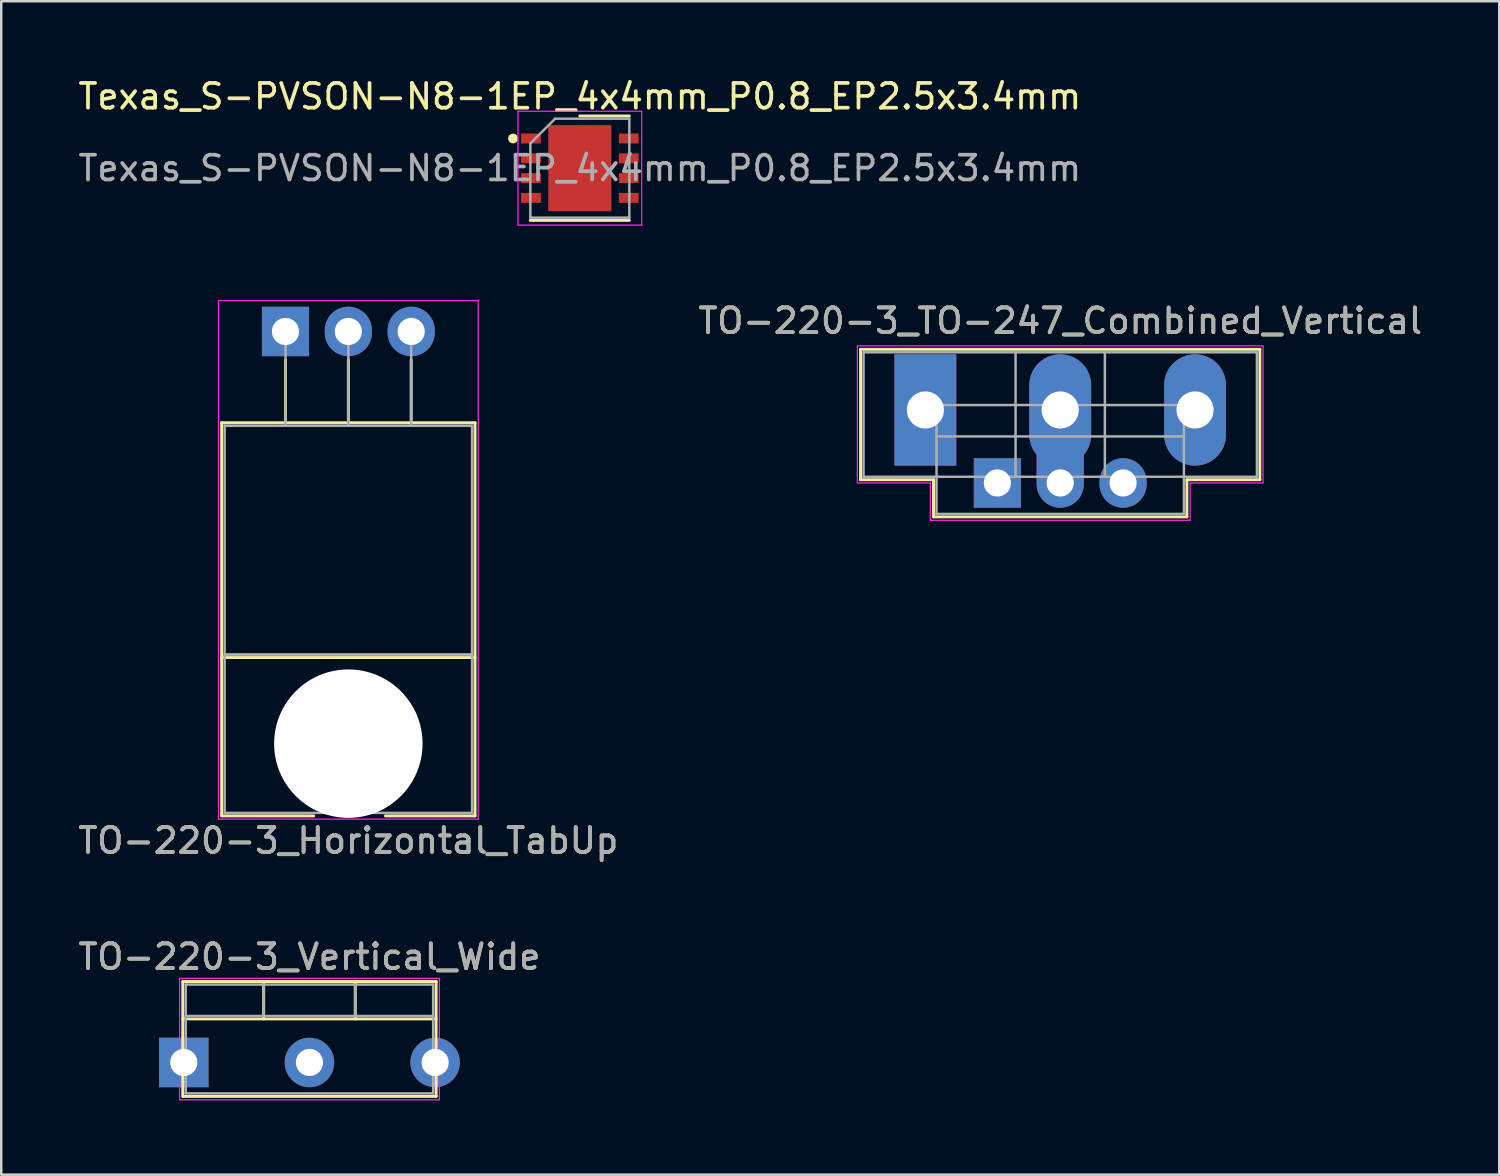
<source format=kicad_pcb>
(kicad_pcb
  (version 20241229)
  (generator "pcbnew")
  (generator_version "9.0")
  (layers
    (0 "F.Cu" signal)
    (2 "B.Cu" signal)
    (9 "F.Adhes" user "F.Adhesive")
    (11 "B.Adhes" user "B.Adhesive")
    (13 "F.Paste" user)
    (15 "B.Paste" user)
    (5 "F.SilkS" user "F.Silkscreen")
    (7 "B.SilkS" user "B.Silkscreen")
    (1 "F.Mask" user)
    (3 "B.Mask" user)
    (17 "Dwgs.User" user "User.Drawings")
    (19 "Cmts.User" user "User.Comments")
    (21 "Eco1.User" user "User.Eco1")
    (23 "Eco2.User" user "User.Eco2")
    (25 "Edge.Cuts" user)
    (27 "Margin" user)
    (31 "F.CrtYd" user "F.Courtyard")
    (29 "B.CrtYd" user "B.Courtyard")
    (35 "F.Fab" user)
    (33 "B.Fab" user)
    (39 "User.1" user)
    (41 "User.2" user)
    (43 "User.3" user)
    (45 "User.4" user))
  (footprint "TO-220-3_Horizontal_TabUp"
    (layer "F.Cu")
    (at 11.03 10.348)
    (property "Reference" "TO-220-3_Horizontal_TabUp" (at 0 20.58 0) (layer "F.SilkS") (effects (font (size 1 1) (thickness 0.15))))
    (attr through_hole)
    (fp_line (start -5.12 3.69) (end -5.12 13.18) (stroke (width 0.12) (type solid)) (layer "F.SilkS"))
    (fp_line (start -5.12 3.69) (end 5.12 3.69) (stroke (width 0.12) (type solid)) (layer "F.SilkS"))
    (fp_line (start -5.12 13.18) (end -5.12 19.58) (stroke (width 0.12) (type solid)) (layer "F.SilkS"))
    (fp_line (start -5.12 13.18) (end 5.12 13.18) (stroke (width 0.12) (type solid)) (layer "F.SilkS"))
    (fp_line (start -5.12 19.58) (end -1.4 19.58) (stroke (width 0.12) (type solid)) (layer "F.SilkS"))
    (fp_line (start -2.54 1.15) (end -2.54 3.69) (stroke (width 0.12) (type solid)) (layer "F.SilkS"))
    (fp_line (start 0 1.15) (end 0 3.69) (stroke (width 0.12) (type solid)) (layer "F.SilkS"))
    (fp_line (start 1.5 19.58) (end 5.12 19.58) (stroke (width 0.12) (type solid)) (layer "F.SilkS"))
    (fp_line (start 2.54 1.15) (end 2.54 3.69) (stroke (width 0.12) (type solid)) (layer "F.SilkS"))
    (fp_line (start 5.12 3.69) (end 5.12 13.18) (stroke (width 0.12) (type solid)) (layer "F.SilkS"))
    (fp_line (start 5.12 13.18) (end 5.12 19.58) (stroke (width 0.12) (type solid)) (layer "F.SilkS"))
    (fp_line (start -5.25 -1.25) (end -5.25 19.71) (stroke (width 0.05) (type solid)) (layer "F.CrtYd"))
    (fp_line (start -5.25 19.71) (end 5.25 19.71) (stroke (width 0.05) (type solid)) (layer "F.CrtYd"))
    (fp_line (start 5.25 -1.25) (end -5.25 -1.25) (stroke (width 0.05) (type solid)) (layer "F.CrtYd"))
    (fp_line (start 5.25 19.71) (end 5.25 -1.25) (stroke (width 0.05) (type solid)) (layer "F.CrtYd"))
    (fp_line (start -5 3.81) (end -5 13.06) (stroke (width 0.1) (type solid)) (layer "F.Fab"))
    (fp_line (start -5 13.06) (end -5 19.46) (stroke (width 0.1) (type solid)) (layer "F.Fab"))
    (fp_line (start -5 13.06) (end 5 13.06) (stroke (width 0.1) (type solid)) (layer "F.Fab"))
    (fp_line (start -5 19.46) (end 5 19.46) (stroke (width 0.1) (type solid)) (layer "F.Fab"))
    (fp_line (start -2.54 3.81) (end -2.54 0) (stroke (width 0.1) (type solid)) (layer "F.Fab"))
    (fp_line (start 0 3.81) (end 0 0) (stroke (width 0.1) (type solid)) (layer "F.Fab"))
    (fp_line (start 2.54 3.81) (end 2.54 0) (stroke (width 0.1) (type solid)) (layer "F.Fab"))
    (fp_line (start 5 3.81) (end -5 3.81) (stroke (width 0.1) (type solid)) (layer "F.Fab"))
    (fp_line (start 5 13.06) (end -5 13.06) (stroke (width 0.1) (type solid)) (layer "F.Fab"))
    (fp_line (start 5 13.06) (end 5 3.81) (stroke (width 0.1) (type solid)) (layer "F.Fab"))
    (fp_line (start 5 19.46) (end 5 13.06) (stroke (width 0.1) (type solid)) (layer "F.Fab"))
    (fp_circle (center 0 16.66) (end 2.5 16.66) (stroke (width 0.1) (type solid)) (fill no) (layer "F.Fab"))
    (fp_text user "${REFERENCE}" (at 0 20.58 0) (layer "F.Fab") (effects (font (size 1 1) (thickness 0.15))))
    (pad "" np_thru_hole circle (at 0 16.66) (size 6 6) (drill 6) (layers "*.Cu" "*.Mask"))
    (pad "1" thru_hole rect (at -2.54 0) (size 1.905 2) (drill 1.1) (layers "*.Cu" "*.Mask"))
    (pad "2" thru_hole oval (at 0 0) (size 1.905 2) (drill 1.1) (layers "*.Cu" "*.Mask"))
    (pad "3" thru_hole oval (at 2.54 0) (size 1.905 2) (drill 1.1) (layers "*.Cu" "*.Mask")))
  (footprint "TO-220-3_TO-247_Combined_Vertical"
    (layer "F.Cu")
    (at 39.804 13.521)
    (property "Reference" "TO-220-3_TO-247_Combined_Vertical" (at 0 -3.6 0) (layer "F.SilkS") (effects (font (size 1 1) (thickness 0.15))))
    (attr through_hole)
    (fp_line (start -8.07 -2.451) (end -8.07 2.82) (stroke (width 0.12) (type solid)) (layer "F.SilkS"))
    (fp_line (start -8.07 -2.451) (end 8.07 -2.451) (stroke (width 0.12) (type solid)) (layer "F.SilkS"))
    (fp_line (start -8.07 2.82) (end -5.12 2.82) (stroke (width 0.12) (type solid)) (layer "F.SilkS"))
    (fp_line (start -5.12 2.82) (end -5.12 4.321) (stroke (width 0.12) (type solid)) (layer "F.SilkS"))
    (fp_line (start -5.12 4.321) (end 5.12 4.321) (stroke (width 0.12) (type solid)) (layer "F.SilkS"))
    (fp_line (start 5.12 2.82) (end 5.12 4.321) (stroke (width 0.12) (type solid)) (layer "F.SilkS"))
    (fp_line (start 5.12 2.82) (end 8.07 2.82) (stroke (width 0.12) (type solid)) (layer "F.SilkS"))
    (fp_line (start 8.07 -2.451) (end 8.07 2.82) (stroke (width 0.12) (type solid)) (layer "F.SilkS"))
    (fp_line (start -8.2 -2.59) (end -8.2 2.95) (stroke (width 0.05) (type solid)) (layer "F.CrtYd"))
    (fp_line (start -8.2 2.95) (end -5.25 2.95) (stroke (width 0.05) (type solid)) (layer "F.CrtYd"))
    (fp_line (start -5.25 2.95) (end -5.25 4.46) (stroke (width 0.05) (type solid)) (layer "F.CrtYd"))
    (fp_line (start -5.25 4.46) (end 5.25 4.46) (stroke (width 0.05) (type solid)) (layer "F.CrtYd"))
    (fp_line (start 5.25 2.95) (end 8.2 2.95) (stroke (width 0.05) (type solid)) (layer "F.CrtYd"))
    (fp_line (start 5.25 4.46) (end 5.25 2.95) (stroke (width 0.05) (type solid)) (layer "F.CrtYd"))
    (fp_line (start 8.2 -2.59) (end -8.2 -2.59) (stroke (width 0.05) (type solid)) (layer "F.CrtYd"))
    (fp_line (start 8.2 2.95) (end 8.2 -2.59) (stroke (width 0.05) (type solid)) (layer "F.CrtYd"))
    (fp_line (start -7.95 -2.33) (end -7.95 2.7) (stroke (width 0.1) (type solid)) (layer "F.Fab"))
    (fp_line (start -7.95 2.7) (end 7.95 2.7) (stroke (width 0.1) (type solid)) (layer "F.Fab"))
    (fp_line (start -5 -0.2) (end -5 4.2) (stroke (width 0.1) (type solid)) (layer "F.Fab"))
    (fp_line (start -5 1.07) (end 5 1.07) (stroke (width 0.1) (type solid)) (layer "F.Fab"))
    (fp_line (start -5 4.2) (end 5 4.2) (stroke (width 0.1) (type solid)) (layer "F.Fab"))
    (fp_line (start -1.805 -2.33) (end -1.805 2.7) (stroke (width 0.1) (type solid)) (layer "F.Fab"))
    (fp_line (start 1.805 -2.33) (end 1.805 2.7) (stroke (width 0.1) (type solid)) (layer "F.Fab"))
    (fp_line (start 5 -0.2) (end -5 -0.2) (stroke (width 0.1) (type solid)) (layer "F.Fab"))
    (fp_line (start 5 4.2) (end 5 -0.2) (stroke (width 0.1) (type solid)) (layer "F.Fab"))
    (fp_line (start 7.95 -2.33) (end -7.95 -2.33) (stroke (width 0.1) (type solid)) (layer "F.Fab"))
    (fp_line (start 7.95 2.7) (end 7.95 -2.33) (stroke (width 0.1) (type solid)) (layer "F.Fab"))
    (fp_text user "${REFERENCE}" (at 0 -3.6 0) (layer "F.Fab") (effects (font (size 1 1) (thickness 0.15))))
    (pad "1" thru_hole rect (at -5.45 0) (size 2.5 4.5) (drill 1.5) (layers "*.Cu" "*.Mask"))
    (pad "1" thru_hole rect (at -2.54 2.95) (size 1.905 2) (drill 1.1) (layers "*.Cu" "*.Mask"))
    (pad "2" thru_hole oval (at 0 0) (size 2.5 4.5) (drill 1.5) (layers "*.Cu" "*.Mask"))
    (pad "2" thru_hole oval (at 0 2.95) (size 1.905 3.15) (drill 1.1 (offset 0 -0.575)) (layers "*.Cu" "*.Mask"))
    (pad "3" thru_hole oval (at 2.54 2.95) (size 1.905 2) (drill 1.1) (layers "*.Cu" "*.Mask"))
    (pad "3" thru_hole oval (at 5.45 0) (size 2.5 4.5) (drill 1.5) (layers "*.Cu" "*.Mask")))
  (footprint "TO-220-3_Vertical_Wide"
    (layer "F.Cu")
    (at 4.378 39.895)
    (property "Reference" "TO-220-3_Vertical_Wide" (at 5.08 -4.27 0) (layer "F.SilkS") (effects (font (size 1 1) (thickness 0.15))))
    (attr through_hole)
    (fp_line (start -0.04 -3.27) (end -0.04 1.371) (stroke (width 0.12) (type solid)) (layer "F.SilkS"))
    (fp_line (start -0.04 -3.27) (end 10.2 -3.27) (stroke (width 0.12) (type solid)) (layer "F.SilkS"))
    (fp_line (start -0.04 -1.76) (end 10.2 -1.76) (stroke (width 0.12) (type solid)) (layer "F.SilkS"))
    (fp_line (start -0.04 1.371) (end 10.2 1.371) (stroke (width 0.12) (type solid)) (layer "F.SilkS"))
    (fp_line (start 3.23 -3.27) (end 3.23 -1.76) (stroke (width 0.12) (type solid)) (layer "F.SilkS"))
    (fp_line (start 6.931 -3.27) (end 6.931 -1.76) (stroke (width 0.12) (type solid)) (layer "F.SilkS"))
    (fp_line (start 10.2 -3.27) (end 10.2 1.371) (stroke (width 0.12) (type solid)) (layer "F.SilkS"))
    (fp_line (start -0.17 -3.4) (end -0.17 1.51) (stroke (width 0.05) (type solid)) (layer "F.CrtYd"))
    (fp_line (start -0.17 1.51) (end 10.33 1.51) (stroke (width 0.05) (type solid)) (layer "F.CrtYd"))
    (fp_line (start 10.33 -3.4) (end -0.17 -3.4) (stroke (width 0.05) (type solid)) (layer "F.CrtYd"))
    (fp_line (start 10.33 1.51) (end 10.33 -3.4) (stroke (width 0.05) (type solid)) (layer "F.CrtYd"))
    (fp_line (start 0.08 -3.15) (end 0.08 1.25) (stroke (width 0.1) (type solid)) (layer "F.Fab"))
    (fp_line (start 0.08 -1.88) (end 10.08 -1.88) (stroke (width 0.1) (type solid)) (layer "F.Fab"))
    (fp_line (start 0.08 1.25) (end 10.08 1.25) (stroke (width 0.1) (type solid)) (layer "F.Fab"))
    (fp_line (start 3.23 -3.15) (end 3.23 -1.88) (stroke (width 0.1) (type solid)) (layer "F.Fab"))
    (fp_line (start 6.93 -3.15) (end 6.93 -1.88) (stroke (width 0.1) (type solid)) (layer "F.Fab"))
    (fp_line (start 10.08 -3.15) (end 0.08 -3.15) (stroke (width 0.1) (type solid)) (layer "F.Fab"))
    (fp_line (start 10.08 1.25) (end 10.08 -3.15) (stroke (width 0.1) (type solid)) (layer "F.Fab"))
    (fp_text user "${REFERENCE}" (at 5.08 -4.27 0) (layer "F.Fab") (effects (font (size 1 1) (thickness 0.15))))
    (pad "1" thru_hole rect (at 0 0) (size 2 2) (drill 1.1) (layers "*.Cu" "*.Mask"))
    (pad "2" thru_hole oval (at 5.08 0) (size 2 2) (drill 1.1) (layers "*.Cu" "*.Mask"))
    (pad "3" thru_hole oval (at 10.16 0) (size 2 2) (drill 1.1) (layers "*.Cu" "*.Mask")))
  (footprint "Texas_S-PVSON-N8-1EP_4x4mm_P0.8_EP2.5x3.4mm"
    (layer "F.Cu")
    (at 20.387 3.748)
    (property "Reference" "Texas_S-PVSON-N8-1EP_4x4mm_P0.8_EP2.5x3.4mm" (at 0 -2.9 0) (layer "F.SilkS") (effects (font (size 1 1) (thickness 0.15))))
    (attr smd)
    (fp_line (start -2 2.11) (end 2 2.11) (stroke (width 0.12) (type solid)) (layer "F.SilkS"))
    (fp_line (start 0 -2.11) (end 2 -2.11) (stroke (width 0.12) (type solid)) (layer "F.SilkS"))
    (fp_circle (center -2.7 -1.2) (end -2.6 -1.2) (stroke (width 0.2) (type solid)) (fill no) (layer "F.SilkS"))
    (fp_poly (pts (xy -1.15 -1.65) (xy -0.15 -1.65) (xy -0.15 -0.15) (xy -1.15 -0.15)) (stroke (width 0) (type solid)) (fill yes) (layer "F.Paste"))
    (fp_poly (pts (xy -1.15 0.15) (xy -0.15 0.15) (xy -0.15 1.65) (xy -1.15 1.65)) (stroke (width 0) (type solid)) (fill yes) (layer "F.Paste"))
    (fp_poly (pts (xy 0.15 -1.65) (xy 1.15 -1.65) (xy 1.15 -0.15) (xy 0.15 -0.15)) (stroke (width 0) (type solid)) (fill yes) (layer "F.Paste"))
    (fp_poly (pts (xy 0.15 0.15) (xy 1.15 0.15) (xy 1.15 1.65) (xy 0.15 1.65)) (stroke (width 0) (type solid)) (fill yes) (layer "F.Paste"))
    (fp_line (start -2.5 -2.3) (end -2.5 2.3) (stroke (width 0.05) (type solid)) (layer "F.CrtYd"))
    (fp_line (start -2.5 2.3) (end 2.5 2.3) (stroke (width 0.05) (type solid)) (layer "F.CrtYd"))
    (fp_line (start 2.5 -2.3) (end -2.5 -2.3) (stroke (width 0.05) (type solid)) (layer "F.CrtYd"))
    (fp_line (start 2.5 2.3) (end 2.5 -2.3) (stroke (width 0.05) (type solid)) (layer "F.CrtYd"))
    (fp_line (start -2 -1) (end -1 -2) (stroke (width 0.1) (type solid)) (layer "F.Fab"))
    (fp_line (start -2 2) (end -2 -1) (stroke (width 0.1) (type solid)) (layer "F.Fab"))
    (fp_line (start -1 -2) (end 2 -2) (stroke (width 0.1) (type solid)) (layer "F.Fab"))
    (fp_line (start 2 -2) (end 2 2) (stroke (width 0.1) (type solid)) (layer "F.Fab"))
    (fp_line (start 2 2) (end -2 2) (stroke (width 0.1) (type solid)) (layer "F.Fab"))
    (fp_text user "${REFERENCE}" (at 0 0 0) (layer "F.Fab") (effects (font (size 1 1) (thickness 0.15))))
    (pad "1" smd rect (at -1.975 -1.2 90) (size 0.4 0.8) (layers "F.Cu" "F.Mask" "F.Paste"))
    (pad "2" smd rect (at -1.975 -0.4 90) (size 0.4 0.8) (layers "F.Cu" "F.Mask" "F.Paste"))
    (pad "3" smd rect (at -1.975 0.4 90) (size 0.4 0.8) (layers "F.Cu" "F.Mask" "F.Paste"))
    (pad "4" smd rect (at -1.975 1.2 90) (size 0.4 0.8) (layers "F.Cu" "F.Mask" "F.Paste"))
    (pad "5" smd rect (at 1.975 1.2 90) (size 0.4 0.8) (layers "F.Cu" "F.Mask" "F.Paste"))
    (pad "6" smd rect (at 1.975 0.4 90) (size 0.4 0.8) (layers "F.Cu" "F.Mask" "F.Paste"))
    (pad "7" smd rect (at 1.975 -0.4 90) (size 0.4 0.8) (layers "F.Cu" "F.Mask" "F.Paste"))
    (pad "8" smd rect (at 1.975 -1.2 90) (size 0.4 0.8) (layers "F.Cu" "F.Mask" "F.Paste"))
    (pad "9" smd rect (at 0 0) (size 2.55 3.48) (layers "F.Cu" "F.Mask")))
  (gr_rect
    (start -3 -3)
    (end 57.548 44.43)
    (stroke (width 0.1) (type default))
    (fill no)
    (layer "Edge.Cuts")))
</source>
